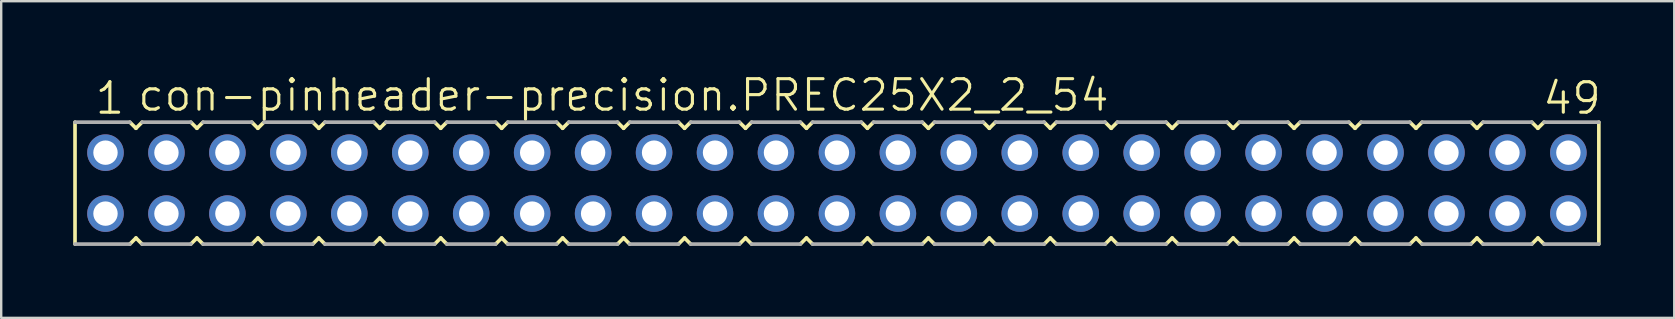
<source format=kicad_pcb>
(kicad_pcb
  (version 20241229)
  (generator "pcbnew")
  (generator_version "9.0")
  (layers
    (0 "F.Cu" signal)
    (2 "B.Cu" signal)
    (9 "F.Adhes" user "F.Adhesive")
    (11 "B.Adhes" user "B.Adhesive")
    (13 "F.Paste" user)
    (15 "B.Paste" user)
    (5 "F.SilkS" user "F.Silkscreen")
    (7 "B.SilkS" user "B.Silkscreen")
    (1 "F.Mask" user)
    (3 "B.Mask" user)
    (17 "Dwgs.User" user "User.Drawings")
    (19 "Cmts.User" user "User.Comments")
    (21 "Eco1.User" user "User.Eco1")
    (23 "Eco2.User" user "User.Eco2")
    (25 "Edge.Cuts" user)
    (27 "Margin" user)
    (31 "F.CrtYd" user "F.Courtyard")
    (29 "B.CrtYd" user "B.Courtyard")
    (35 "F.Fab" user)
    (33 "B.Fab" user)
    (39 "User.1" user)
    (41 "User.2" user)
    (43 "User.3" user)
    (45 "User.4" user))
  (footprint "con-pinheader-precision.PREC25X2_2_54"
    (layer "F.Cu")
    (at 31.826 4.581)
    (property "Reference" "con-pinheader-precision.PREC25X2_2_54" (at -29.21 -2.921 0) (layer "F.SilkS") (effects (font (size 1.27 1.27) (thickness 0.13)) (justify left bottom)))
    (attr through_hole)
    (fp_line (start -31.75 -2.54) (end -31.75 2.54) (stroke (width 0.152) (type default)) (layer "F.SilkS"))
    (fp_line (start -29.464 2.54) (end -29.21 2.286) (stroke (width 0.152) (type default)) (layer "F.SilkS"))
    (fp_line (start -29.21 -2.286) (end -29.464 -2.54) (stroke (width 0.152) (type default)) (layer "F.SilkS"))
    (fp_line (start -29.21 2.286) (end -28.956 2.54) (stroke (width 0.152) (type default)) (layer "F.SilkS"))
    (fp_line (start -28.956 -2.54) (end -29.21 -2.286) (stroke (width 0.152) (type default)) (layer "F.SilkS"))
    (fp_line (start -26.924 2.54) (end -26.67 2.286) (stroke (width 0.152) (type default)) (layer "F.SilkS"))
    (fp_line (start -26.67 -2.286) (end -26.924 -2.54) (stroke (width 0.152) (type default)) (layer "F.SilkS"))
    (fp_line (start -26.67 2.286) (end -26.416 2.54) (stroke (width 0.152) (type default)) (layer "F.SilkS"))
    (fp_line (start -26.416 -2.54) (end -26.67 -2.286) (stroke (width 0.152) (type default)) (layer "F.SilkS"))
    (fp_line (start -24.384 2.54) (end -24.13 2.286) (stroke (width 0.152) (type default)) (layer "F.SilkS"))
    (fp_line (start -24.13 -2.286) (end -24.384 -2.54) (stroke (width 0.152) (type default)) (layer "F.SilkS"))
    (fp_line (start -24.13 2.286) (end -23.876 2.54) (stroke (width 0.152) (type default)) (layer "F.SilkS"))
    (fp_line (start -23.876 -2.54) (end -24.13 -2.286) (stroke (width 0.152) (type default)) (layer "F.SilkS"))
    (fp_line (start -21.844 2.54) (end -21.59 2.286) (stroke (width 0.152) (type default)) (layer "F.SilkS"))
    (fp_line (start -21.59 -2.286) (end -21.844 -2.54) (stroke (width 0.152) (type default)) (layer "F.SilkS"))
    (fp_line (start -21.59 2.286) (end -21.336 2.54) (stroke (width 0.152) (type default)) (layer "F.SilkS"))
    (fp_line (start -21.336 -2.54) (end -21.59 -2.286) (stroke (width 0.152) (type default)) (layer "F.SilkS"))
    (fp_line (start -19.304 2.54) (end -19.05 2.286) (stroke (width 0.152) (type default)) (layer "F.SilkS"))
    (fp_line (start -19.05 -2.286) (end -19.304 -2.54) (stroke (width 0.152) (type default)) (layer "F.SilkS"))
    (fp_line (start -19.05 2.286) (end -18.796 2.54) (stroke (width 0.152) (type default)) (layer "F.SilkS"))
    (fp_line (start -18.796 -2.54) (end -19.05 -2.286) (stroke (width 0.152) (type default)) (layer "F.SilkS"))
    (fp_line (start -16.764 2.54) (end -16.51 2.286) (stroke (width 0.152) (type default)) (layer "F.SilkS"))
    (fp_line (start -16.51 -2.286) (end -16.764 -2.54) (stroke (width 0.152) (type default)) (layer "F.SilkS"))
    (fp_line (start -16.51 2.286) (end -16.256 2.54) (stroke (width 0.152) (type default)) (layer "F.SilkS"))
    (fp_line (start -16.256 -2.54) (end -16.51 -2.286) (stroke (width 0.152) (type default)) (layer "F.SilkS"))
    (fp_line (start -14.224 2.54) (end -13.97 2.286) (stroke (width 0.152) (type default)) (layer "F.SilkS"))
    (fp_line (start -13.97 -2.286) (end -14.224 -2.54) (stroke (width 0.152) (type default)) (layer "F.SilkS"))
    (fp_line (start -13.97 2.286) (end -13.716 2.54) (stroke (width 0.152) (type default)) (layer "F.SilkS"))
    (fp_line (start -13.716 -2.54) (end -13.97 -2.286) (stroke (width 0.152) (type default)) (layer "F.SilkS"))
    (fp_line (start -11.684 2.54) (end -11.43 2.286) (stroke (width 0.152) (type default)) (layer "F.SilkS"))
    (fp_line (start -11.43 -2.286) (end -11.684 -2.54) (stroke (width 0.152) (type default)) (layer "F.SilkS"))
    (fp_line (start -11.43 2.286) (end -11.176 2.54) (stroke (width 0.152) (type default)) (layer "F.SilkS"))
    (fp_line (start -11.176 -2.54) (end -11.43 -2.286) (stroke (width 0.152) (type default)) (layer "F.SilkS"))
    (fp_line (start -9.144 2.54) (end -8.89 2.286) (stroke (width 0.152) (type default)) (layer "F.SilkS"))
    (fp_line (start -8.89 -2.286) (end -9.144 -2.54) (stroke (width 0.152) (type default)) (layer "F.SilkS"))
    (fp_line (start -8.89 2.286) (end -8.636 2.54) (stroke (width 0.152) (type default)) (layer "F.SilkS"))
    (fp_line (start -8.636 -2.54) (end -8.89 -2.286) (stroke (width 0.152) (type default)) (layer "F.SilkS"))
    (fp_line (start -6.604 2.54) (end -6.35 2.286) (stroke (width 0.152) (type default)) (layer "F.SilkS"))
    (fp_line (start -6.35 -2.286) (end -6.604 -2.54) (stroke (width 0.152) (type default)) (layer "F.SilkS"))
    (fp_line (start -6.35 2.286) (end -6.096 2.54) (stroke (width 0.152) (type default)) (layer "F.SilkS"))
    (fp_line (start -6.096 -2.54) (end -6.35 -2.286) (stroke (width 0.152) (type default)) (layer "F.SilkS"))
    (fp_line (start -4.064 2.54) (end -3.81 2.286) (stroke (width 0.152) (type default)) (layer "F.SilkS"))
    (fp_line (start -3.81 -2.286) (end -4.064 -2.54) (stroke (width 0.152) (type default)) (layer "F.SilkS"))
    (fp_line (start -3.81 2.286) (end -3.556 2.54) (stroke (width 0.152) (type default)) (layer "F.SilkS"))
    (fp_line (start -3.556 -2.54) (end -3.81 -2.286) (stroke (width 0.152) (type default)) (layer "F.SilkS"))
    (fp_line (start -1.524 2.54) (end -1.27 2.286) (stroke (width 0.152) (type default)) (layer "F.SilkS"))
    (fp_line (start -1.27 -2.286) (end -1.524 -2.54) (stroke (width 0.152) (type default)) (layer "F.SilkS"))
    (fp_line (start -1.27 2.286) (end -1.016 2.54) (stroke (width 0.152) (type default)) (layer "F.SilkS"))
    (fp_line (start -1.016 -2.54) (end -1.27 -2.286) (stroke (width 0.152) (type default)) (layer "F.SilkS"))
    (fp_line (start 1.016 2.54) (end 1.27 2.286) (stroke (width 0.152) (type default)) (layer "F.SilkS"))
    (fp_line (start 1.27 -2.286) (end 1.016 -2.54) (stroke (width 0.152) (type default)) (layer "F.SilkS"))
    (fp_line (start 1.27 2.286) (end 1.524 2.54) (stroke (width 0.152) (type default)) (layer "F.SilkS"))
    (fp_line (start 1.524 -2.54) (end 1.27 -2.286) (stroke (width 0.152) (type default)) (layer "F.SilkS"))
    (fp_line (start 3.556 2.54) (end 3.81 2.286) (stroke (width 0.152) (type default)) (layer "F.SilkS"))
    (fp_line (start 3.81 -2.286) (end 3.556 -2.54) (stroke (width 0.152) (type default)) (layer "F.SilkS"))
    (fp_line (start 3.81 2.286) (end 4.064 2.54) (stroke (width 0.152) (type default)) (layer "F.SilkS"))
    (fp_line (start 4.064 -2.54) (end 3.81 -2.286) (stroke (width 0.152) (type default)) (layer "F.SilkS"))
    (fp_line (start 6.096 2.54) (end 6.35 2.286) (stroke (width 0.152) (type default)) (layer "F.SilkS"))
    (fp_line (start 6.35 -2.286) (end 6.096 -2.54) (stroke (width 0.152) (type default)) (layer "F.SilkS"))
    (fp_line (start 6.35 2.286) (end 6.604 2.54) (stroke (width 0.152) (type default)) (layer "F.SilkS"))
    (fp_line (start 6.604 -2.54) (end 6.35 -2.286) (stroke (width 0.152) (type default)) (layer "F.SilkS"))
    (fp_line (start 8.636 2.54) (end 8.89 2.286) (stroke (width 0.152) (type default)) (layer "F.SilkS"))
    (fp_line (start 8.89 -2.286) (end 8.636 -2.54) (stroke (width 0.152) (type default)) (layer "F.SilkS"))
    (fp_line (start 8.89 2.286) (end 9.144 2.54) (stroke (width 0.152) (type default)) (layer "F.SilkS"))
    (fp_line (start 9.144 -2.54) (end 8.89 -2.286) (stroke (width 0.152) (type default)) (layer "F.SilkS"))
    (fp_line (start 11.176 2.54) (end 11.43 2.286) (stroke (width 0.152) (type default)) (layer "F.SilkS"))
    (fp_line (start 11.43 -2.286) (end 11.176 -2.54) (stroke (width 0.152) (type default)) (layer "F.SilkS"))
    (fp_line (start 11.43 2.286) (end 11.684 2.54) (stroke (width 0.152) (type default)) (layer "F.SilkS"))
    (fp_line (start 11.684 -2.54) (end 11.43 -2.286) (stroke (width 0.152) (type default)) (layer "F.SilkS"))
    (fp_line (start 13.716 2.54) (end 13.97 2.286) (stroke (width 0.152) (type default)) (layer "F.SilkS"))
    (fp_line (start 13.97 -2.286) (end 13.716 -2.54) (stroke (width 0.152) (type default)) (layer "F.SilkS"))
    (fp_line (start 13.97 2.286) (end 14.224 2.54) (stroke (width 0.152) (type default)) (layer "F.SilkS"))
    (fp_line (start 14.224 -2.54) (end 13.97 -2.286) (stroke (width 0.152) (type default)) (layer "F.SilkS"))
    (fp_line (start 16.256 2.54) (end 16.51 2.286) (stroke (width 0.152) (type default)) (layer "F.SilkS"))
    (fp_line (start 16.51 -2.286) (end 16.256 -2.54) (stroke (width 0.152) (type default)) (layer "F.SilkS"))
    (fp_line (start 16.51 2.286) (end 16.764 2.54) (stroke (width 0.152) (type default)) (layer "F.SilkS"))
    (fp_line (start 16.764 -2.54) (end 16.51 -2.286) (stroke (width 0.152) (type default)) (layer "F.SilkS"))
    (fp_line (start 18.796 2.54) (end 19.05 2.286) (stroke (width 0.152) (type default)) (layer "F.SilkS"))
    (fp_line (start 19.05 -2.286) (end 18.796 -2.54) (stroke (width 0.152) (type default)) (layer "F.SilkS"))
    (fp_line (start 19.05 2.286) (end 19.304 2.54) (stroke (width 0.152) (type default)) (layer "F.SilkS"))
    (fp_line (start 19.304 -2.54) (end 19.05 -2.286) (stroke (width 0.152) (type default)) (layer "F.SilkS"))
    (fp_line (start 21.336 2.54) (end 21.59 2.286) (stroke (width 0.152) (type default)) (layer "F.SilkS"))
    (fp_line (start 21.59 -2.286) (end 21.336 -2.54) (stroke (width 0.152) (type default)) (layer "F.SilkS"))
    (fp_line (start 21.59 2.286) (end 21.844 2.54) (stroke (width 0.152) (type default)) (layer "F.SilkS"))
    (fp_line (start 21.844 -2.54) (end 21.59 -2.286) (stroke (width 0.152) (type default)) (layer "F.SilkS"))
    (fp_line (start 23.876 2.54) (end 24.13 2.286) (stroke (width 0.152) (type default)) (layer "F.SilkS"))
    (fp_line (start 24.13 -2.286) (end 23.876 -2.54) (stroke (width 0.152) (type default)) (layer "F.SilkS"))
    (fp_line (start 24.13 2.286) (end 24.384 2.54) (stroke (width 0.152) (type default)) (layer "F.SilkS"))
    (fp_line (start 24.384 -2.54) (end 24.13 -2.286) (stroke (width 0.152) (type default)) (layer "F.SilkS"))
    (fp_line (start 26.416 2.54) (end 26.67 2.286) (stroke (width 0.152) (type default)) (layer "F.SilkS"))
    (fp_line (start 26.67 -2.286) (end 26.416 -2.54) (stroke (width 0.152) (type default)) (layer "F.SilkS"))
    (fp_line (start 26.67 2.286) (end 26.924 2.54) (stroke (width 0.152) (type default)) (layer "F.SilkS"))
    (fp_line (start 26.924 -2.54) (end 26.67 -2.286) (stroke (width 0.152) (type default)) (layer "F.SilkS"))
    (fp_line (start 28.956 2.54) (end 29.21 2.286) (stroke (width 0.152) (type default)) (layer "F.SilkS"))
    (fp_line (start 29.21 -2.286) (end 28.956 -2.54) (stroke (width 0.152) (type default)) (layer "F.SilkS"))
    (fp_line (start 29.21 2.286) (end 29.464 2.54) (stroke (width 0.152) (type default)) (layer "F.SilkS"))
    (fp_line (start 29.464 -2.54) (end 29.21 -2.286) (stroke (width 0.152) (type default)) (layer "F.SilkS"))
    (fp_line (start 31.75 2.54) (end 31.75 -2.54) (stroke (width 0.152) (type default)) (layer "F.SilkS"))
    (fp_line (start -31.75 2.54) (end -29.464 2.54) (stroke (width 0.152) (type default)) (layer "F.Fab"))
    (fp_line (start -29.464 -2.54) (end -31.75 -2.54) (stroke (width 0.152) (type default)) (layer "F.Fab"))
    (fp_line (start -28.956 2.54) (end -26.924 2.54) (stroke (width 0.152) (type default)) (layer "F.Fab"))
    (fp_line (start -26.924 -2.54) (end -28.956 -2.54) (stroke (width 0.152) (type default)) (layer "F.Fab"))
    (fp_line (start -26.416 2.54) (end -24.384 2.54) (stroke (width 0.152) (type default)) (layer "F.Fab"))
    (fp_line (start -24.384 -2.54) (end -26.416 -2.54) (stroke (width 0.152) (type default)) (layer "F.Fab"))
    (fp_line (start -23.876 2.54) (end -21.844 2.54) (stroke (width 0.152) (type default)) (layer "F.Fab"))
    (fp_line (start -21.844 -2.54) (end -23.876 -2.54) (stroke (width 0.152) (type default)) (layer "F.Fab"))
    (fp_line (start -21.336 2.54) (end -19.304 2.54) (stroke (width 0.152) (type default)) (layer "F.Fab"))
    (fp_line (start -19.304 -2.54) (end -21.336 -2.54) (stroke (width 0.152) (type default)) (layer "F.Fab"))
    (fp_line (start -18.796 2.54) (end -16.764 2.54) (stroke (width 0.152) (type default)) (layer "F.Fab"))
    (fp_line (start -16.764 -2.54) (end -18.796 -2.54) (stroke (width 0.152) (type default)) (layer "F.Fab"))
    (fp_line (start -16.256 2.54) (end -14.224 2.54) (stroke (width 0.152) (type default)) (layer "F.Fab"))
    (fp_line (start -14.224 -2.54) (end -16.256 -2.54) (stroke (width 0.152) (type default)) (layer "F.Fab"))
    (fp_line (start -13.716 2.54) (end -11.684 2.54) (stroke (width 0.152) (type default)) (layer "F.Fab"))
    (fp_line (start -11.684 -2.54) (end -13.716 -2.54) (stroke (width 0.152) (type default)) (layer "F.Fab"))
    (fp_line (start -11.176 2.54) (end -9.144 2.54) (stroke (width 0.152) (type default)) (layer "F.Fab"))
    (fp_line (start -9.144 -2.54) (end -11.176 -2.54) (stroke (width 0.152) (type default)) (layer "F.Fab"))
    (fp_line (start -8.636 2.54) (end -6.604 2.54) (stroke (width 0.152) (type default)) (layer "F.Fab"))
    (fp_line (start -6.604 -2.54) (end -8.636 -2.54) (stroke (width 0.152) (type default)) (layer "F.Fab"))
    (fp_line (start -6.096 2.54) (end -4.064 2.54) (stroke (width 0.152) (type default)) (layer "F.Fab"))
    (fp_line (start -4.064 -2.54) (end -6.096 -2.54) (stroke (width 0.152) (type default)) (layer "F.Fab"))
    (fp_line (start -3.556 2.54) (end -1.524 2.54) (stroke (width 0.152) (type default)) (layer "F.Fab"))
    (fp_line (start -1.524 -2.54) (end -3.556 -2.54) (stroke (width 0.152) (type default)) (layer "F.Fab"))
    (fp_line (start -1.016 2.54) (end 1.016 2.54) (stroke (width 0.152) (type default)) (layer "F.Fab"))
    (fp_line (start 1.016 -2.54) (end -1.016 -2.54) (stroke (width 0.152) (type default)) (layer "F.Fab"))
    (fp_line (start 1.524 2.54) (end 3.556 2.54) (stroke (width 0.152) (type default)) (layer "F.Fab"))
    (fp_line (start 3.556 -2.54) (end 1.524 -2.54) (stroke (width 0.152) (type default)) (layer "F.Fab"))
    (fp_line (start 4.064 2.54) (end 6.096 2.54) (stroke (width 0.152) (type default)) (layer "F.Fab"))
    (fp_line (start 6.096 -2.54) (end 4.064 -2.54) (stroke (width 0.152) (type default)) (layer "F.Fab"))
    (fp_line (start 6.604 2.54) (end 8.636 2.54) (stroke (width 0.152) (type default)) (layer "F.Fab"))
    (fp_line (start 8.636 -2.54) (end 6.604 -2.54) (stroke (width 0.152) (type default)) (layer "F.Fab"))
    (fp_line (start 9.144 2.54) (end 11.176 2.54) (stroke (width 0.152) (type default)) (layer "F.Fab"))
    (fp_line (start 11.176 -2.54) (end 9.144 -2.54) (stroke (width 0.152) (type default)) (layer "F.Fab"))
    (fp_line (start 11.684 2.54) (end 13.716 2.54) (stroke (width 0.152) (type default)) (layer "F.Fab"))
    (fp_line (start 13.716 -2.54) (end 11.684 -2.54) (stroke (width 0.152) (type default)) (layer "F.Fab"))
    (fp_line (start 14.224 2.54) (end 16.256 2.54) (stroke (width 0.152) (type default)) (layer "F.Fab"))
    (fp_line (start 16.256 -2.54) (end 14.224 -2.54) (stroke (width 0.152) (type default)) (layer "F.Fab"))
    (fp_line (start 16.764 2.54) (end 18.796 2.54) (stroke (width 0.152) (type default)) (layer "F.Fab"))
    (fp_line (start 18.796 -2.54) (end 16.764 -2.54) (stroke (width 0.152) (type default)) (layer "F.Fab"))
    (fp_line (start 19.304 2.54) (end 21.336 2.54) (stroke (width 0.152) (type default)) (layer "F.Fab"))
    (fp_line (start 21.336 -2.54) (end 19.304 -2.54) (stroke (width 0.152) (type default)) (layer "F.Fab"))
    (fp_line (start 21.844 2.54) (end 23.876 2.54) (stroke (width 0.152) (type default)) (layer "F.Fab"))
    (fp_line (start 23.876 -2.54) (end 21.844 -2.54) (stroke (width 0.152) (type default)) (layer "F.Fab"))
    (fp_line (start 24.384 2.54) (end 26.416 2.54) (stroke (width 0.152) (type default)) (layer "F.Fab"))
    (fp_line (start 26.416 -2.54) (end 24.384 -2.54) (stroke (width 0.152) (type default)) (layer "F.Fab"))
    (fp_line (start 26.924 2.54) (end 28.956 2.54) (stroke (width 0.152) (type default)) (layer "F.Fab"))
    (fp_line (start 28.956 -2.54) (end 26.924 -2.54) (stroke (width 0.152) (type default)) (layer "F.Fab"))
    (fp_line (start 29.464 2.54) (end 31.75 2.54) (stroke (width 0.152) (type default)) (layer "F.Fab"))
    (fp_line (start 31.75 -2.54) (end 29.464 -2.54) (stroke (width 0.152) (type default)) (layer "F.Fab"))
    (fp_text user "1" (at -30.988 -2.794 0) (layer "F.SilkS") (effects (font (size 1.27 1.27) (thickness 0.13)) (justify left bottom)))
    (fp_text user "49" (at 29.337 -2.794 0) (layer "F.SilkS") (effects (font (size 1.27 1.27) (thickness 0.13)) (justify left bottom)))
    (pad "1" thru_hole circle (at -30.48 -1.27 180) (size 1.524 1.524) (drill 1.016) (layers "*.Cu" "*.Mask"))
    (pad "2" thru_hole circle (at -30.48 1.27 180) (size 1.524 1.524) (drill 1.016) (layers "*.Cu" "*.Mask"))
    (pad "3" thru_hole circle (at -27.94 -1.27 180) (size 1.524 1.524) (drill 1.016) (layers "*.Cu" "*.Mask"))
    (pad "4" thru_hole circle (at -27.94 1.27 180) (size 1.524 1.524) (drill 1.016) (layers "*.Cu" "*.Mask"))
    (pad "5" thru_hole circle (at -25.4 -1.27 180) (size 1.524 1.524) (drill 1.016) (layers "*.Cu" "*.Mask"))
    (pad "6" thru_hole circle (at -25.4 1.27 180) (size 1.524 1.524) (drill 1.016) (layers "*.Cu" "*.Mask"))
    (pad "7" thru_hole circle (at -22.86 -1.27 180) (size 1.524 1.524) (drill 1.016) (layers "*.Cu" "*.Mask"))
    (pad "8" thru_hole circle (at -22.86 1.27 180) (size 1.524 1.524) (drill 1.016) (layers "*.Cu" "*.Mask"))
    (pad "9" thru_hole circle (at -20.32 -1.27 180) (size 1.524 1.524) (drill 1.016) (layers "*.Cu" "*.Mask"))
    (pad "10" thru_hole circle (at -20.32 1.27 180) (size 1.524 1.524) (drill 1.016) (layers "*.Cu" "*.Mask"))
    (pad "11" thru_hole circle (at -17.78 -1.27 180) (size 1.524 1.524) (drill 1.016) (layers "*.Cu" "*.Mask"))
    (pad "12" thru_hole circle (at -17.78 1.27 180) (size 1.524 1.524) (drill 1.016) (layers "*.Cu" "*.Mask"))
    (pad "13" thru_hole circle (at -15.24 -1.27 180) (size 1.524 1.524) (drill 1.016) (layers "*.Cu" "*.Mask"))
    (pad "14" thru_hole circle (at -15.24 1.27 180) (size 1.524 1.524) (drill 1.016) (layers "*.Cu" "*.Mask"))
    (pad "15" thru_hole circle (at -12.7 -1.27 180) (size 1.524 1.524) (drill 1.016) (layers "*.Cu" "*.Mask"))
    (pad "16" thru_hole circle (at -12.7 1.27 180) (size 1.524 1.524) (drill 1.016) (layers "*.Cu" "*.Mask"))
    (pad "17" thru_hole circle (at -10.16 -1.27 180) (size 1.524 1.524) (drill 1.016) (layers "*.Cu" "*.Mask"))
    (pad "18" thru_hole circle (at -10.16 1.27 180) (size 1.524 1.524) (drill 1.016) (layers "*.Cu" "*.Mask"))
    (pad "19" thru_hole circle (at -7.62 -1.27 180) (size 1.524 1.524) (drill 1.016) (layers "*.Cu" "*.Mask"))
    (pad "20" thru_hole circle (at -7.62 1.27 180) (size 1.524 1.524) (drill 1.016) (layers "*.Cu" "*.Mask"))
    (pad "21" thru_hole circle (at -5.08 -1.27 180) (size 1.524 1.524) (drill 1.016) (layers "*.Cu" "*.Mask"))
    (pad "22" thru_hole circle (at -5.08 1.27 180) (size 1.524 1.524) (drill 1.016) (layers "*.Cu" "*.Mask"))
    (pad "23" thru_hole circle (at -2.54 -1.27 180) (size 1.524 1.524) (drill 1.016) (layers "*.Cu" "*.Mask"))
    (pad "24" thru_hole circle (at -2.54 1.27 180) (size 1.524 1.524) (drill 1.016) (layers "*.Cu" "*.Mask"))
    (pad "25" thru_hole circle (at 0 -1.27 180) (size 1.524 1.524) (drill 1.016) (layers "*.Cu" "*.Mask"))
    (pad "26" thru_hole circle (at 0 1.27 180) (size 1.524 1.524) (drill 1.016) (layers "*.Cu" "*.Mask"))
    (pad "27" thru_hole circle (at 2.54 -1.27 180) (size 1.524 1.524) (drill 1.016) (layers "*.Cu" "*.Mask"))
    (pad "28" thru_hole circle (at 2.54 1.27 180) (size 1.524 1.524) (drill 1.016) (layers "*.Cu" "*.Mask"))
    (pad "29" thru_hole circle (at 5.08 -1.27 180) (size 1.524 1.524) (drill 1.016) (layers "*.Cu" "*.Mask"))
    (pad "30" thru_hole circle (at 5.08 1.27 180) (size 1.524 1.524) (drill 1.016) (layers "*.Cu" "*.Mask"))
    (pad "31" thru_hole circle (at 7.62 -1.27 180) (size 1.524 1.524) (drill 1.016) (layers "*.Cu" "*.Mask"))
    (pad "32" thru_hole circle (at 7.62 1.27 180) (size 1.524 1.524) (drill 1.016) (layers "*.Cu" "*.Mask"))
    (pad "33" thru_hole circle (at 10.16 -1.27 180) (size 1.524 1.524) (drill 1.016) (layers "*.Cu" "*.Mask"))
    (pad "34" thru_hole circle (at 10.16 1.27 180) (size 1.524 1.524) (drill 1.016) (layers "*.Cu" "*.Mask"))
    (pad "35" thru_hole circle (at 12.7 -1.27 180) (size 1.524 1.524) (drill 1.016) (layers "*.Cu" "*.Mask"))
    (pad "36" thru_hole circle (at 12.7 1.27 180) (size 1.524 1.524) (drill 1.016) (layers "*.Cu" "*.Mask"))
    (pad "37" thru_hole circle (at 15.24 -1.27 180) (size 1.524 1.524) (drill 1.016) (layers "*.Cu" "*.Mask"))
    (pad "38" thru_hole circle (at 15.24 1.27 180) (size 1.524 1.524) (drill 1.016) (layers "*.Cu" "*.Mask"))
    (pad "39" thru_hole circle (at 17.78 -1.27 180) (size 1.524 1.524) (drill 1.016) (layers "*.Cu" "*.Mask"))
    (pad "40" thru_hole circle (at 17.78 1.27 180) (size 1.524 1.524) (drill 1.016) (layers "*.Cu" "*.Mask"))
    (pad "41" thru_hole circle (at 20.32 -1.27 180) (size 1.524 1.524) (drill 1.016) (layers "*.Cu" "*.Mask"))
    (pad "42" thru_hole circle (at 20.32 1.27 180) (size 1.524 1.524) (drill 1.016) (layers "*.Cu" "*.Mask"))
    (pad "43" thru_hole circle (at 22.86 -1.27 180) (size 1.524 1.524) (drill 1.016) (layers "*.Cu" "*.Mask"))
    (pad "44" thru_hole circle (at 22.86 1.27 180) (size 1.524 1.524) (drill 1.016) (layers "*.Cu" "*.Mask"))
    (pad "45" thru_hole circle (at 25.4 -1.27 180) (size 1.524 1.524) (drill 1.016) (layers "*.Cu" "*.Mask"))
    (pad "46" thru_hole circle (at 25.4 1.27 180) (size 1.524 1.524) (drill 1.016) (layers "*.Cu" "*.Mask"))
    (pad "47" thru_hole circle (at 27.94 -1.27 180) (size 1.524 1.524) (drill 1.016) (layers "*.Cu" "*.Mask"))
    (pad "48" thru_hole circle (at 27.94 1.27 180) (size 1.524 1.524) (drill 1.016) (layers "*.Cu" "*.Mask"))
    (pad "49" thru_hole circle (at 30.48 -1.27 180) (size 1.524 1.524) (drill 1.016) (layers "*.Cu" "*.Mask"))
    (pad "50" thru_hole circle (at 30.48 1.27 180) (size 1.524 1.524) (drill 1.016) (layers "*.Cu" "*.Mask")))
  (gr_rect
    (start -3 -3)
    (end 66.718 10.197)
    (stroke (width 0.1) (type default))
    (fill no)
    (layer "Edge.Cuts")))
</source>
